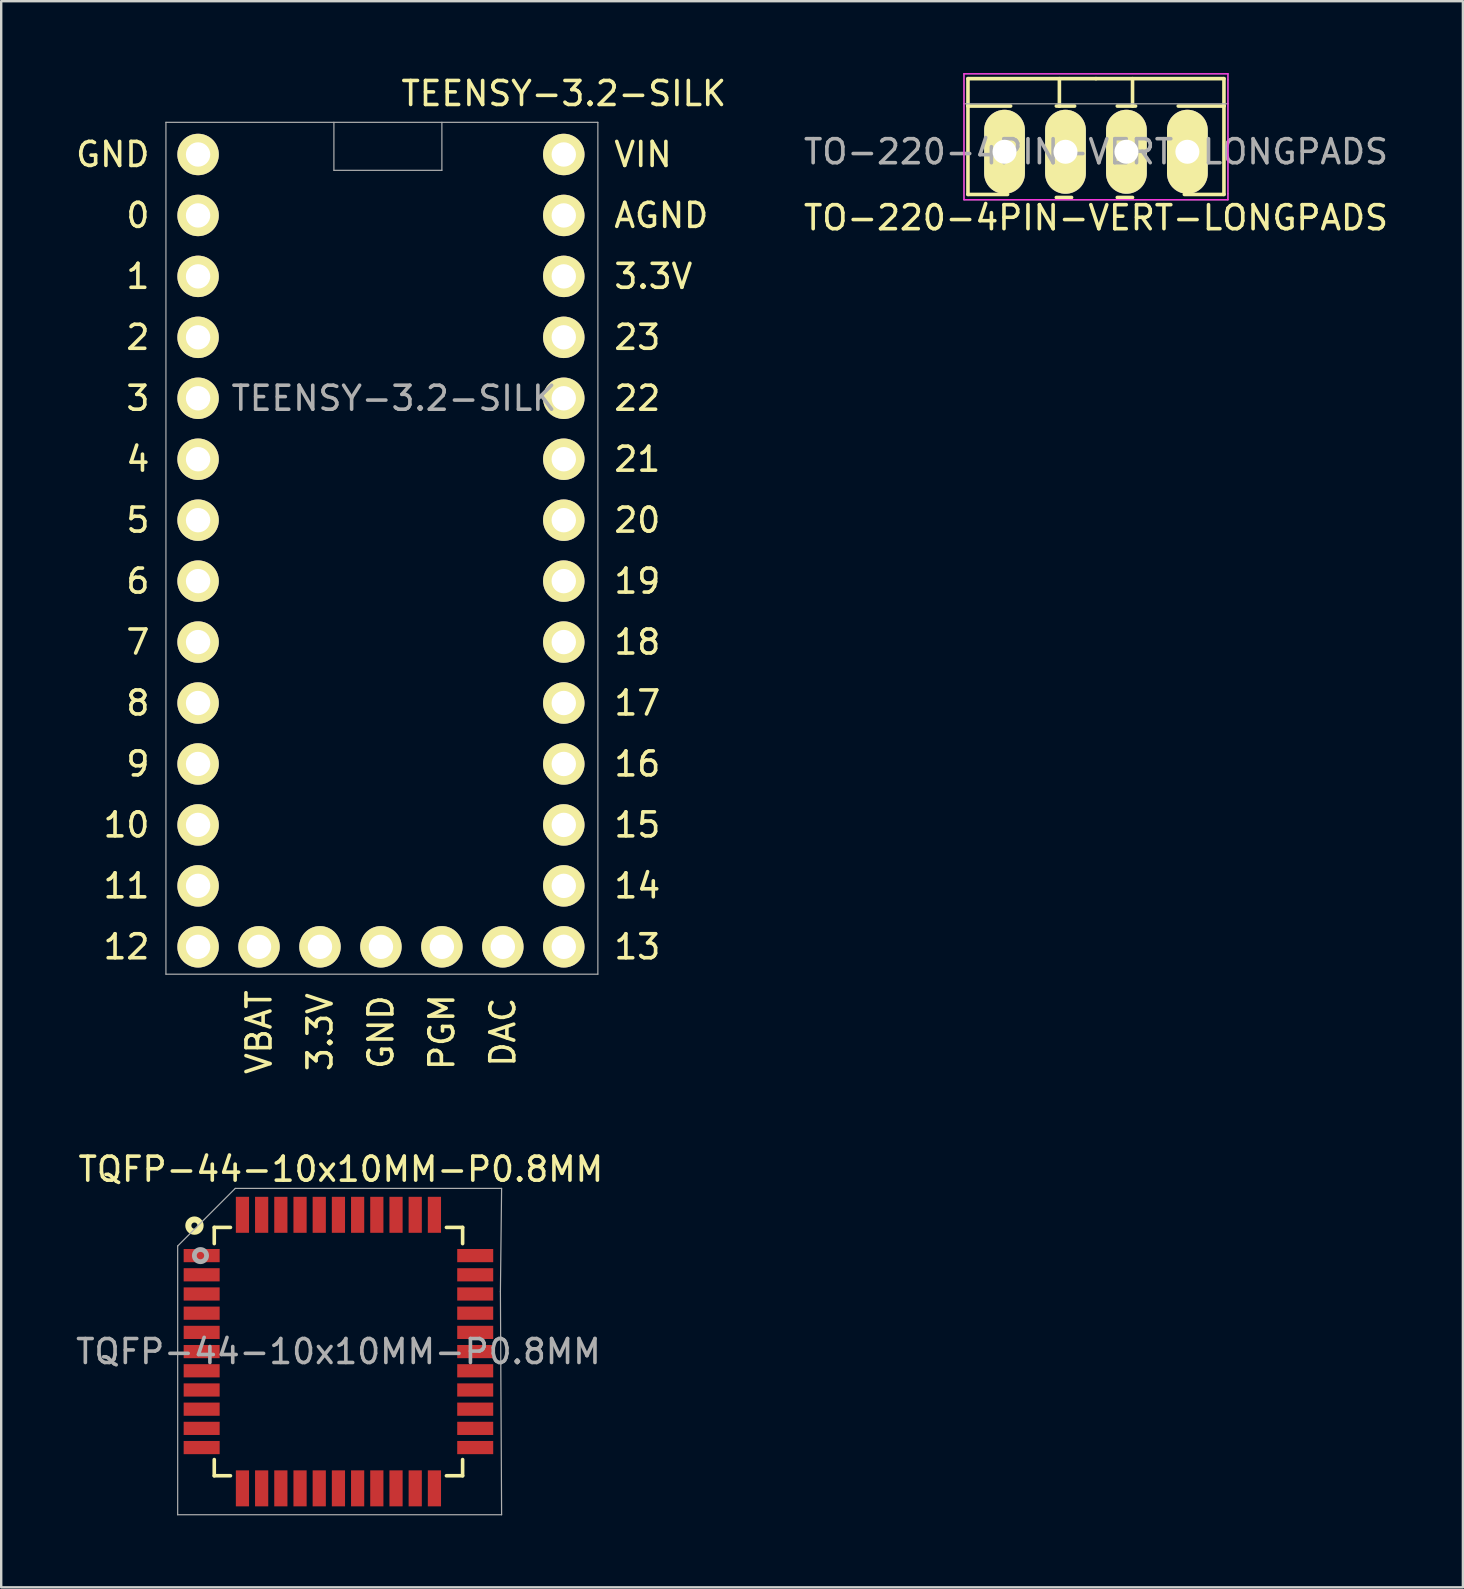
<source format=kicad_pcb>
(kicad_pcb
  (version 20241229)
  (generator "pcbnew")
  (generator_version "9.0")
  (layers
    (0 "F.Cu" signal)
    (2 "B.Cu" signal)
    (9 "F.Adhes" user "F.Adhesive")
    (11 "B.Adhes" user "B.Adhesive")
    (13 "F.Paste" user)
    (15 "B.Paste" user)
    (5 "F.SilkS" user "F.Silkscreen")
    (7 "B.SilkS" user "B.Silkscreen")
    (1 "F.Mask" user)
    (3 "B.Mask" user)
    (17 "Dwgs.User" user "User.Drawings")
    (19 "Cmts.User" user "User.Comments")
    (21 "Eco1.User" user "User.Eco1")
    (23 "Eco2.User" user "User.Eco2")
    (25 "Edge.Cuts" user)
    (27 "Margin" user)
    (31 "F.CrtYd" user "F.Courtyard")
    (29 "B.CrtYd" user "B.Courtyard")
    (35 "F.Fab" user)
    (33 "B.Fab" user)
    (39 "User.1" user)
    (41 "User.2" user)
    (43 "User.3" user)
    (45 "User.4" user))
  (footprint "TEENSY-3.2-SILK"
    (layer "F.Cu")
    (at 15.365 13.548)
    (property "Reference" "TEENSY-3.2-SILK" (at -2 0 0) (layer "F.Fab") (effects (font (size 1 1) (thickness 0.15))))
    (attr through_hole)
    (fp_line (start -11.5 -11.5) (end -11.5 24) (stroke (width 0.05) (type solid)) (layer "F.Fab"))
    (fp_line (start -11.5 24) (end 6.5 24) (stroke (width 0.05) (type solid)) (layer "F.Fab"))
    (fp_line (start -4.5 -11.5) (end -4.5 -9.5) (stroke (width 0.05) (type solid)) (layer "F.Fab"))
    (fp_line (start -4.5 -9.5) (end 0 -9.5) (stroke (width 0.05) (type solid)) (layer "F.Fab"))
    (fp_line (start 0 -9.5) (end 0 -11.5) (stroke (width 0.05) (type solid)) (layer "F.Fab"))
    (fp_line (start 6.5 -11.5) (end -11.5 -11.5) (stroke (width 0.05) (type solid)) (layer "F.Fab"))
    (fp_line (start 6.5 24) (end 6.5 -11.5) (stroke (width 0.05) (type solid)) (layer "F.Fab"))
    (fp_text user "13" (at 8.144 22.86 0) (layer "F.SilkS") (effects (font (size 1 1) (thickness 0.15))))
    (fp_text user "21" (at 8.144 2.54 0) (layer "F.SilkS") (effects (font (size 1 1) (thickness 0.15))))
    (fp_text user "7" (at -12.668 10.16 0) (layer "F.SilkS") (effects (font (size 1 1) (thickness 0.15))))
    (fp_text user "19" (at 8.144 7.62 0) (layer "F.SilkS") (effects (font (size 1 1) (thickness 0.15))))
    (fp_text user "8" (at -12.668 12.7 0) (layer "F.SilkS") (effects (font (size 1 1) (thickness 0.15))))
    (fp_text user "GND" (at -2.54 26.416 90) (layer "F.SilkS") (effects (font (size 1 1) (thickness 0.15))))
    (fp_text user "18" (at 8.144 10.16 0) (layer "F.SilkS") (effects (font (size 1 1) (thickness 0.15))))
    (fp_text user "12" (at -13.145 22.86 0) (layer "F.SilkS") (effects (font (size 1 1) (thickness 0.15))))
    (fp_text user "VIN" (at 8.382 -10.16 0) (layer "F.SilkS") (effects (font (size 1 1) (thickness 0.15))))
    (fp_text user "5" (at -12.668 5.08 0) (layer "F.SilkS") (effects (font (size 1 1) (thickness 0.15))))
    (fp_text user "1" (at -12.668 -5.08 0) (layer "F.SilkS") (effects (font (size 1 1) (thickness 0.15))))
    (fp_text user "11" (at -13.145 20.32 0) (layer "F.SilkS") (effects (font (size 1 1) (thickness 0.15))))
    (fp_text user "GND" (at -13.716 -10.16 0) (layer "F.SilkS") (effects (font (size 1 1) (thickness 0.15))))
    (fp_text user "3.3V" (at 8.811 -5.08 0) (layer "F.SilkS") (effects (font (size 1 1) (thickness 0.15))))
    (fp_text user "16" (at 8.144 15.24 0) (layer "F.SilkS") (effects (font (size 1 1) (thickness 0.15))))
    (fp_text user "6" (at -12.668 7.62 0) (layer "F.SilkS") (effects (font (size 1 1) (thickness 0.15))))
    (fp_text user "3.3V" (at -5.08 26.416 90) (layer "F.SilkS") (effects (font (size 1 1) (thickness 0.15))))
    (fp_text user "22" (at 8.144 0 0) (layer "F.SilkS") (effects (font (size 1 1) (thickness 0.15))))
    (fp_text user "VBAT" (at -7.62 26.416 90) (layer "F.SilkS") (effects (font (size 1 1) (thickness 0.15))))
    (fp_text user "17" (at 8.144 12.7 0) (layer "F.SilkS") (effects (font (size 1 1) (thickness 0.15))))
    (fp_text user "AGND" (at 9.144 -7.62 0) (layer "F.SilkS") (effects (font (size 1 1) (thickness 0.15))))
    (fp_text user "20" (at 8.144 5.08 0) (layer "F.SilkS") (effects (font (size 1 1) (thickness 0.15))))
    (fp_text user "3" (at -12.668 0 0) (layer "F.SilkS") (effects (font (size 1 1) (thickness 0.15))))
    (fp_text user "2" (at -12.668 -2.54 0) (layer "F.SilkS") (effects (font (size 1 1) (thickness 0.15))))
    (fp_text user "DAC" (at 2.54 26.416 90) (layer "F.SilkS") (effects (font (size 1 1) (thickness 0.15))))
    (fp_text user "4" (at -12.668 2.54 0) (layer "F.SilkS") (effects (font (size 1 1) (thickness 0.15))))
    (fp_text user "23" (at 8.144 -2.54 0) (layer "F.SilkS") (effects (font (size 1 1) (thickness 0.15))))
    (fp_text user "PGM" (at 0 26.416 90) (layer "F.SilkS") (effects (font (size 1 1) (thickness 0.15))))
    (fp_text user "14" (at 8.144 20.32 0) (layer "F.SilkS") (effects (font (size 1 1) (thickness 0.15))))
    (fp_text user "${REFERENCE}" (at 5.08 -12.7 0) (layer "F.SilkS") (effects (font (size 1 1) (thickness 0.15))))
    (fp_text user "0" (at -12.668 -7.62 0) (layer "F.SilkS") (effects (font (size 1 1) (thickness 0.15))))
    (fp_text user "15" (at 8.144 17.78 0) (layer "F.SilkS") (effects (font (size 1 1) (thickness 0.15))))
    (fp_text user "9" (at -12.668 15.24 0) (layer "F.SilkS") (effects (font (size 1 1) (thickness 0.15))))
    (fp_text user "10" (at -13.145 17.78 0) (layer "F.SilkS") (effects (font (size 1 1) (thickness 0.15))))
    (pad "0" thru_hole circle (at -10.16 -7.62) (size 1.727 1.727) (drill 1.016) (layers "*.Cu" "*.Mask" "F.SilkS"))
    (pad "1" thru_hole circle (at -10.16 -5.08) (size 1.727 1.727) (drill 1.016) (layers "*.Cu" "*.Mask" "F.SilkS"))
    (pad "2" thru_hole circle (at -10.16 -2.54) (size 1.727 1.727) (drill 1.016) (layers "*.Cu" "*.Mask" "F.SilkS"))
    (pad "3" thru_hole circle (at -10.16 0) (size 1.727 1.727) (drill 1.016) (layers "*.Cu" "*.Mask" "F.SilkS"))
    (pad "3V1" thru_hole circle (at -5.08 22.86) (size 1.727 1.727) (drill 1.016) (layers "*.Cu" "*.Mask" "F.SilkS"))
    (pad "3V2" thru_hole circle (at 5.08 -5.08) (size 1.727 1.727) (drill 1.016) (layers "*.Cu" "*.Mask" "F.SilkS"))
    (pad "4" thru_hole circle (at -10.16 2.54) (size 1.727 1.727) (drill 1.016) (layers "*.Cu" "*.Mask" "F.SilkS"))
    (pad "5" thru_hole circle (at -10.16 5.08) (size 1.727 1.727) (drill 1.016) (layers "*.Cu" "*.Mask" "F.SilkS"))
    (pad "6" thru_hole circle (at -10.16 7.62) (size 1.727 1.727) (drill 1.016) (layers "*.Cu" "*.Mask" "F.SilkS"))
    (pad "7" thru_hole circle (at -10.16 10.16) (size 1.727 1.727) (drill 1.016) (layers "*.Cu" "*.Mask" "F.SilkS"))
    (pad "8" thru_hole circle (at -10.16 12.7) (size 1.727 1.727) (drill 1.016) (layers "*.Cu" "*.Mask" "F.SilkS"))
    (pad "9" thru_hole circle (at -10.16 15.24) (size 1.727 1.727) (drill 1.016) (layers "*.Cu" "*.Mask" "F.SilkS"))
    (pad "10" thru_hole circle (at -10.16 17.78) (size 1.727 1.727) (drill 1.016) (layers "*.Cu" "*.Mask" "F.SilkS"))
    (pad "11" thru_hole circle (at -10.16 20.32) (size 1.727 1.727) (drill 1.016) (layers "*.Cu" "*.Mask" "F.SilkS"))
    (pad "12" thru_hole circle (at -10.16 22.86) (size 1.727 1.727) (drill 1.016) (layers "*.Cu" "*.Mask" "F.SilkS"))
    (pad "13" thru_hole circle (at 5.08 22.86) (size 1.727 1.727) (drill 1.016) (layers "*.Cu" "*.Mask" "F.SilkS"))
    (pad "14" thru_hole circle (at 5.08 20.32) (size 1.727 1.727) (drill 1.016) (layers "*.Cu" "*.Mask" "F.SilkS"))
    (pad "15" thru_hole circle (at 5.08 17.78) (size 1.727 1.727) (drill 1.016) (layers "*.Cu" "*.Mask" "F.SilkS"))
    (pad "16" thru_hole circle (at 5.08 15.24) (size 1.727 1.727) (drill 1.016) (layers "*.Cu" "*.Mask" "F.SilkS"))
    (pad "17" thru_hole circle (at 5.08 12.7) (size 1.727 1.727) (drill 1.016) (layers "*.Cu" "*.Mask" "F.SilkS"))
    (pad "18" thru_hole circle (at 5.08 10.16) (size 1.727 1.727) (drill 1.016) (layers "*.Cu" "*.Mask" "F.SilkS"))
    (pad "19" thru_hole circle (at 5.08 7.62) (size 1.727 1.727) (drill 1.016) (layers "*.Cu" "*.Mask" "F.SilkS"))
    (pad "20" thru_hole circle (at 5.08 5.08) (size 1.727 1.727) (drill 1.016) (layers "*.Cu" "*.Mask" "F.SilkS"))
    (pad "21" thru_hole circle (at 5.08 2.54) (size 1.727 1.727) (drill 1.016) (layers "*.Cu" "*.Mask" "F.SilkS"))
    (pad "22" thru_hole circle (at 5.08 0) (size 1.727 1.727) (drill 1.016) (layers "*.Cu" "*.Mask" "F.SilkS"))
    (pad "23" thru_hole circle (at 5.08 -2.54) (size 1.727 1.727) (drill 1.016) (layers "*.Cu" "*.Mask" "F.SilkS"))
    (pad "AG" thru_hole circle (at 5.08 -7.62) (size 1.727 1.727) (drill 1.016) (layers "*.Cu" "*.Mask" "F.SilkS"))
    (pad "DAC" thru_hole circle (at 2.54 22.86) (size 1.727 1.727) (drill 1.016) (layers "*.Cu" "*.Mask" "F.SilkS"))
    (pad "G1" thru_hole circle (at -10.16 -10.16) (size 1.727 1.727) (drill 1.016) (layers "*.Cu" "*.Mask" "F.SilkS"))
    (pad "G2" thru_hole circle (at -2.54 22.86) (size 1.727 1.727) (drill 1.016) (layers "*.Cu" "*.Mask" "F.SilkS"))
    (pad "PGM" thru_hole circle (at 0 22.86) (size 1.727 1.727) (drill 1.016) (layers "*.Cu" "*.Mask" "F.SilkS"))
    (pad "VBAT" thru_hole circle (at -7.62 22.86) (size 1.727 1.727) (drill 1.016) (layers "*.Cu" "*.Mask" "F.SilkS"))
    (pad "VIN" thru_hole circle (at 5.08 -10.16) (size 1.727 1.727) (drill 1.016) (layers "*.Cu" "*.Mask" "F.SilkS")))
  (footprint "TO-220-4PIN-VERT-LONGPADS"
    (layer "F.Cu")
    (at 42.623 3.275)
    (property "Reference" "TO-220-4PIN-VERT-LONGPADS" (at 0 0 0) (layer "F.Fab") (effects (font (size 1 1) (thickness 0.15))))
    (attr through_hole)
    (fp_line (start -5.334 -1.905) (end -5.334 -3.048) (stroke (width 0.15) (type solid)) (layer "F.SilkS"))
    (fp_line (start -5.334 -1.905) (end -3.556 -1.905) (stroke (width 0.15) (type solid)) (layer "F.SilkS"))
    (fp_line (start -5.334 1.778) (end -5.334 -1.905) (stroke (width 0.15) (type solid)) (layer "F.SilkS"))
    (fp_line (start -5.334 1.778) (end -3.683 1.778) (stroke (width 0.15) (type solid)) (layer "F.SilkS"))
    (fp_line (start -1.524 -3.048) (end -1.524 -1.905) (stroke (width 0.15) (type solid)) (layer "F.SilkS"))
    (fp_line (start -1.524 -1.905) (end -1.651 -1.905) (stroke (width 0.15) (type solid)) (layer "F.SilkS"))
    (fp_line (start -1.524 -1.905) (end -0.889 -1.905) (stroke (width 0.15) (type solid)) (layer "F.SilkS"))
    (fp_line (start -1.016 1.905) (end -1.651 1.905) (stroke (width 0.15) (type solid)) (layer "F.SilkS"))
    (fp_line (start 0 -3.048) (end -5.334 -3.048) (stroke (width 0.15) (type solid)) (layer "F.SilkS"))
    (fp_line (start 0 -3.048) (end 5.334 -3.048) (stroke (width 0.15) (type solid)) (layer "F.SilkS"))
    (fp_line (start 0.889 -1.905) (end 1.651 -1.905) (stroke (width 0.15) (type solid)) (layer "F.SilkS"))
    (fp_line (start 1.524 -3.048) (end 1.524 -1.905) (stroke (width 0.15) (type solid)) (layer "F.SilkS"))
    (fp_line (start 1.524 1.905) (end 0.889 1.905) (stroke (width 0.15) (type solid)) (layer "F.SilkS"))
    (fp_line (start 5.334 -3.048) (end 5.334 -1.905) (stroke (width 0.15) (type solid)) (layer "F.SilkS"))
    (fp_line (start 5.334 -1.905) (end 3.429 -1.905) (stroke (width 0.15) (type solid)) (layer "F.SilkS"))
    (fp_line (start 5.334 -1.905) (end 5.334 1.778) (stroke (width 0.15) (type solid)) (layer "F.SilkS"))
    (fp_line (start 5.334 1.778) (end 3.683 1.778) (stroke (width 0.15) (type solid)) (layer "F.SilkS"))
    (fp_line (start -5.5 -3.25) (end -5.5 2) (stroke (width 0.05) (type solid)) (layer "F.CrtYd"))
    (fp_line (start -5.5 2) (end 5.5 2) (stroke (width 0.05) (type solid)) (layer "F.CrtYd"))
    (fp_line (start 5.5 -3.25) (end -5.5 -3.25) (stroke (width 0.05) (type solid)) (layer "F.CrtYd"))
    (fp_line (start 5.5 2) (end 5.5 -3.25) (stroke (width 0.05) (type solid)) (layer "F.CrtYd"))
    (fp_line (start -5.5 2) (end -5.5 -3.25) (stroke (width 0.05) (type solid)) (layer "F.Fab"))
    (fp_line (start 5.5 -3.25) (end -5.5 -3.25) (stroke (width 0.05) (type solid)) (layer "F.Fab"))
    (fp_line (start 5.5 -3) (end 5.5 -3.25) (stroke (width 0.05) (type solid)) (layer "F.Fab"))
    (fp_line (start 5.5 -3) (end 5.5 1.75) (stroke (width 0.05) (type solid)) (layer "F.Fab"))
    (fp_line (start 5.5 -2) (end -5.5 -2) (stroke (width 0.05) (type solid)) (layer "F.Fab"))
    (fp_line (start 5.5 1.75) (end 5.5 2) (stroke (width 0.05) (type solid)) (layer "F.Fab"))
    (fp_line (start 5.5 2) (end -5.5 2) (stroke (width 0.05) (type solid)) (layer "F.Fab"))
    (fp_text user "${REFERENCE}" (at 0 2.75 0) (layer "F.SilkS") (effects (font (size 1 1) (thickness 0.15))))
    (pad "1" thru_hole oval (at -3.81 0 90) (size 3.5 1.699) (drill 1.001) (layers "*.Cu" "*.Mask" "F.SilkS"))
    (pad "2" thru_hole oval (at -1.27 0 90) (size 3.5 1.699) (drill 1.001) (layers "*.Cu" "*.Mask" "F.SilkS"))
    (pad "3" thru_hole oval (at 1.27 0 90) (size 3.5 1.699) (drill 1.001) (layers "*.Cu" "*.Mask" "F.SilkS"))
    (pad "4" thru_hole oval (at 3.81 0 90) (size 3.5 1.699) (drill 1.001) (layers "*.Cu" "*.Mask" "F.SilkS")))
  (footprint "TQFP-44-10x10MM-P0.8MM"
    (layer "F.Cu")
    (at 11.054 53.276)
    (property "Reference" "TQFP-44-10x10MM-P0.8MM" (at 0 0 0) (layer "F.Fab") (effects (font (size 1 1) (thickness 0.15))))
    (attr smd)
    (fp_line (start -5.175 -5.175) (end -5.175 -4.5) (stroke (width 0.15) (type solid)) (layer "F.SilkS"))
    (fp_line (start -5.175 -5.175) (end -4.5 -5.175) (stroke (width 0.15) (type solid)) (layer "F.SilkS"))
    (fp_line (start -5.175 5.175) (end -5.175 4.5) (stroke (width 0.15) (type solid)) (layer "F.SilkS"))
    (fp_line (start -5.175 5.175) (end -4.5 5.175) (stroke (width 0.15) (type solid)) (layer "F.SilkS"))
    (fp_line (start 5.175 -5.175) (end 4.5 -5.175) (stroke (width 0.15) (type solid)) (layer "F.SilkS"))
    (fp_line (start 5.175 -5.175) (end 5.175 -4.5) (stroke (width 0.15) (type solid)) (layer "F.SilkS"))
    (fp_line (start 5.175 5.175) (end 4.5 5.175) (stroke (width 0.15) (type solid)) (layer "F.SilkS"))
    (fp_line (start 5.175 5.175) (end 5.175 4.5) (stroke (width 0.15) (type solid)) (layer "F.SilkS"))
    (fp_circle (center -6 -5.25) (end -5.95 -5) (stroke (width 0.254) (type solid)) (fill no) (layer "F.SilkS"))
    (fp_line (start -6.7 6.8) (end -6.7 -4.4) (stroke (width 0.05) (type solid)) (layer "F.Fab"))
    (fp_line (start -4.3 -6.8) (end -6.7 -4.4) (stroke (width 0.05) (type solid)) (layer "F.Fab"))
    (fp_line (start -4.3 -6.8) (end 6.8 -6.8) (stroke (width 0.05) (type solid)) (layer "F.Fab"))
    (fp_line (start 6.75 -2.5) (end 6.8 6.8) (stroke (width 0.05) (type solid)) (layer "F.Fab"))
    (fp_line (start 6.8 -6.8) (end 6.75 -2.5) (stroke (width 0.05) (type solid)) (layer "F.Fab"))
    (fp_line (start 6.8 6.8) (end -6.7 6.8) (stroke (width 0.05) (type solid)) (layer "F.Fab"))
    (fp_circle (center -5.75 -4) (end -5.7 -3.75) (stroke (width 0.2) (type solid)) (fill no) (layer "F.Fab"))
    (fp_text user "${REFERENCE}" (at 0.1 -7.6 0) (layer "F.SilkS") (effects (font (size 1 1) (thickness 0.15))))
    (pad "1" smd rect (at -5.7 -4) (size 1.5 0.55) (layers "F.Cu" "F.Mask" "F.Paste"))
    (pad "2" smd rect (at -5.7 -3.2) (size 1.5 0.55) (layers "F.Cu" "F.Mask" "F.Paste"))
    (pad "3" smd rect (at -5.7 -2.4) (size 1.5 0.55) (layers "F.Cu" "F.Mask" "F.Paste"))
    (pad "4" smd rect (at -5.7 -1.6) (size 1.5 0.55) (layers "F.Cu" "F.Mask" "F.Paste"))
    (pad "5" smd rect (at -5.7 -0.8) (size 1.5 0.55) (layers "F.Cu" "F.Mask" "F.Paste"))
    (pad "6" smd rect (at -5.7 0) (size 1.5 0.55) (layers "F.Cu" "F.Mask" "F.Paste"))
    (pad "7" smd rect (at -5.7 0.8) (size 1.5 0.55) (layers "F.Cu" "F.Mask" "F.Paste"))
    (pad "8" smd rect (at -5.7 1.6) (size 1.5 0.55) (layers "F.Cu" "F.Mask" "F.Paste"))
    (pad "9" smd rect (at -5.7 2.4) (size 1.5 0.55) (layers "F.Cu" "F.Mask" "F.Paste"))
    (pad "10" smd rect (at -5.7 3.2) (size 1.5 0.55) (layers "F.Cu" "F.Mask" "F.Paste"))
    (pad "11" smd rect (at -5.7 4) (size 1.5 0.55) (layers "F.Cu" "F.Mask" "F.Paste"))
    (pad "12" smd rect (at -4 5.7 90) (size 1.5 0.55) (layers "F.Cu" "F.Mask" "F.Paste"))
    (pad "13" smd rect (at -3.2 5.7 90) (size 1.5 0.55) (layers "F.Cu" "F.Mask" "F.Paste"))
    (pad "14" smd rect (at -2.4 5.7 90) (size 1.5 0.55) (layers "F.Cu" "F.Mask" "F.Paste"))
    (pad "15" smd rect (at -1.6 5.7 90) (size 1.5 0.55) (layers "F.Cu" "F.Mask" "F.Paste"))
    (pad "16" smd rect (at -0.8 5.7 90) (size 1.5 0.55) (layers "F.Cu" "F.Mask" "F.Paste"))
    (pad "17" smd rect (at 0 5.7 90) (size 1.5 0.55) (layers "F.Cu" "F.Mask" "F.Paste"))
    (pad "18" smd rect (at 0.8 5.7 90) (size 1.5 0.55) (layers "F.Cu" "F.Mask" "F.Paste"))
    (pad "19" smd rect (at 1.6 5.7 90) (size 1.5 0.55) (layers "F.Cu" "F.Mask" "F.Paste"))
    (pad "20" smd rect (at 2.4 5.7 90) (size 1.5 0.55) (layers "F.Cu" "F.Mask" "F.Paste"))
    (pad "21" smd rect (at 3.2 5.7 90) (size 1.5 0.55) (layers "F.Cu" "F.Mask" "F.Paste"))
    (pad "22" smd rect (at 4 5.7 90) (size 1.5 0.55) (layers "F.Cu" "F.Mask" "F.Paste"))
    (pad "23" smd rect (at 5.7 4) (size 1.5 0.55) (layers "F.Cu" "F.Mask" "F.Paste"))
    (pad "24" smd rect (at 5.7 3.2) (size 1.5 0.55) (layers "F.Cu" "F.Mask" "F.Paste"))
    (pad "25" smd rect (at 5.7 2.4) (size 1.5 0.55) (layers "F.Cu" "F.Mask" "F.Paste"))
    (pad "26" smd rect (at 5.7 1.6) (size 1.5 0.55) (layers "F.Cu" "F.Mask" "F.Paste"))
    (pad "27" smd rect (at 5.7 0.8) (size 1.5 0.55) (layers "F.Cu" "F.Mask" "F.Paste"))
    (pad "28" smd rect (at 5.7 0) (size 1.5 0.55) (layers "F.Cu" "F.Mask" "F.Paste"))
    (pad "29" smd rect (at 5.7 -0.8) (size 1.5 0.55) (layers "F.Cu" "F.Mask" "F.Paste"))
    (pad "30" smd rect (at 5.7 -1.6) (size 1.5 0.55) (layers "F.Cu" "F.Mask" "F.Paste"))
    (pad "31" smd rect (at 5.7 -2.4) (size 1.5 0.55) (layers "F.Cu" "F.Mask" "F.Paste"))
    (pad "32" smd rect (at 5.7 -3.2) (size 1.5 0.55) (layers "F.Cu" "F.Mask" "F.Paste"))
    (pad "33" smd rect (at 5.7 -4) (size 1.5 0.55) (layers "F.Cu" "F.Mask" "F.Paste"))
    (pad "34" smd rect (at 4 -5.7 90) (size 1.5 0.55) (layers "F.Cu" "F.Mask" "F.Paste"))
    (pad "35" smd rect (at 3.2 -5.7 90) (size 1.5 0.55) (layers "F.Cu" "F.Mask" "F.Paste"))
    (pad "36" smd rect (at 2.4 -5.7 90) (size 1.5 0.55) (layers "F.Cu" "F.Mask" "F.Paste"))
    (pad "37" smd rect (at 1.6 -5.7 90) (size 1.5 0.55) (layers "F.Cu" "F.Mask" "F.Paste"))
    (pad "38" smd rect (at 0.8 -5.7 90) (size 1.5 0.55) (layers "F.Cu" "F.Mask" "F.Paste"))
    (pad "39" smd rect (at 0 -5.7 90) (size 1.5 0.55) (layers "F.Cu" "F.Mask" "F.Paste"))
    (pad "40" smd rect (at -0.8 -5.7 90) (size 1.5 0.55) (layers "F.Cu" "F.Mask" "F.Paste"))
    (pad "41" smd rect (at -1.6 -5.7 90) (size 1.5 0.55) (layers "F.Cu" "F.Mask" "F.Paste"))
    (pad "42" smd rect (at -2.4 -5.7 90) (size 1.5 0.55) (layers "F.Cu" "F.Mask" "F.Paste"))
    (pad "43" smd rect (at -3.2 -5.7 90) (size 1.5 0.55) (layers "F.Cu" "F.Mask" "F.Paste"))
    (pad "44" smd rect (at -4 -5.7 90) (size 1.5 0.55) (layers "F.Cu" "F.Mask" "F.Paste")))
  (gr_rect
    (start -3 -3)
    (end 57.915 63.101)
    (stroke (width 0.1) (type default))
    (fill no)
    (layer "Edge.Cuts")))
</source>
